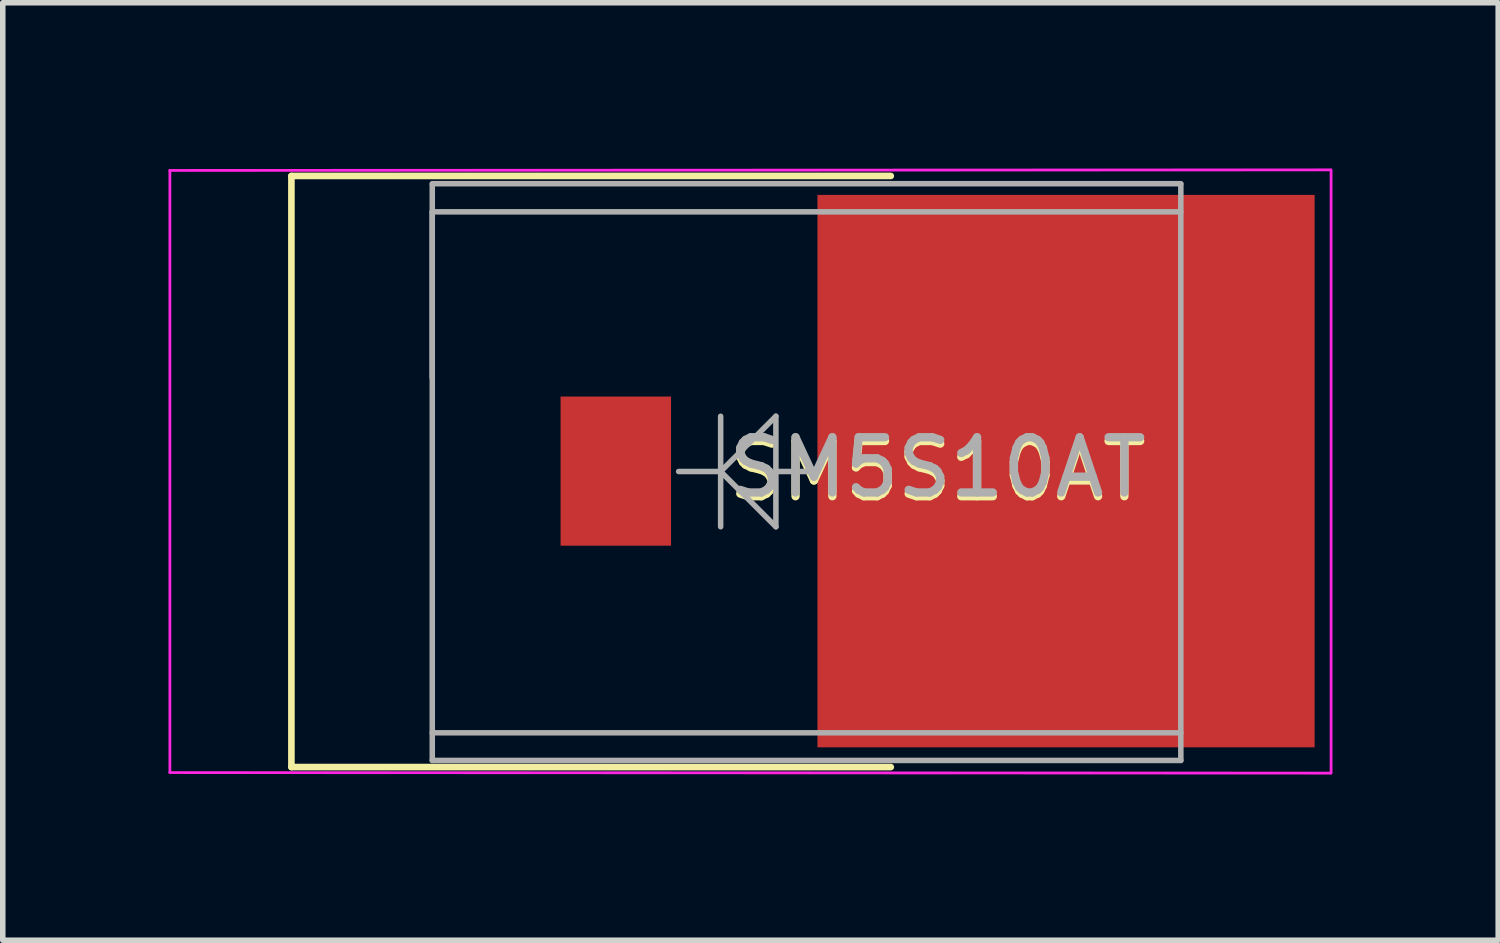
<source format=kicad_pcb>
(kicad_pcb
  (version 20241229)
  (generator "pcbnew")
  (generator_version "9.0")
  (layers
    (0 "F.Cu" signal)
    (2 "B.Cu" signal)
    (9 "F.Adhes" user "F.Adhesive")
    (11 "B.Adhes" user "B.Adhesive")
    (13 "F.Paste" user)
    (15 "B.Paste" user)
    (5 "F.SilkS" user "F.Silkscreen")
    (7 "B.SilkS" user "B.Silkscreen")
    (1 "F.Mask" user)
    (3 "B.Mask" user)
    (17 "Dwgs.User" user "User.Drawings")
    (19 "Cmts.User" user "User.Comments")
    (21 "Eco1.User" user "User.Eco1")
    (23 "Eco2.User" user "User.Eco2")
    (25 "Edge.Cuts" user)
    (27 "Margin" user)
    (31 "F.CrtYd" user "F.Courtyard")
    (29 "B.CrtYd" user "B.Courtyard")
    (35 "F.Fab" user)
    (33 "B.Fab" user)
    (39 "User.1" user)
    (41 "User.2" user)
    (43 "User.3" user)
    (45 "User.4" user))
  (footprint "SM5S10AT"
    (layer "F.Cu")
    (at 9.995 5.485)
    (property "Reference" "SM5S10AT" (at 3.927 -0.007 0) (layer "F.SilkS") (effects (font (size 1 1) (thickness 0.15))))
    (attr smd)
    (fp_line (start -7.77 -5.35) (end -7.77 5.35) (stroke (width 0.12) (type solid)) (layer "F.SilkS"))
    (fp_line (start -7.77 -5.35) (end 3.08 -5.35) (stroke (width 0.12) (type solid)) (layer "F.SilkS"))
    (fp_line (start -7.77 5.35) (end 3.08 5.35) (stroke (width 0.12) (type solid)) (layer "F.SilkS"))
    (fp_line (start -9.97 -5.45) (end 11.04 -5.46) (stroke (width 0.05) (type solid)) (layer "F.CrtYd"))
    (fp_line (start -9.97 5.45) (end -9.97 -5.45) (stroke (width 0.05) (type solid)) (layer "F.CrtYd"))
    (fp_line (start 11.04 5.46) (end -9.97 5.45) (stroke (width 0.05) (type solid)) (layer "F.CrtYd"))
    (fp_line (start 11.05 -5.46) (end 11.05 5.46) (stroke (width 0.05) (type solid)) (layer "F.CrtYd"))
    (fp_line (start -5.221 -1.7) (end -5.221 -4.7) (stroke (width 0.1) (type solid)) (layer "F.Fab"))
    (fp_line (start -5.22 5.23) (end -5.22 -5.2) (stroke (width 0.1) (type solid)) (layer "F.Fab"))
    (fp_line (start 0 -1) (end 0 1) (stroke (width 0.1) (type solid)) (layer "F.Fab"))
    (fp_line (start 0 0) (end -0.76 0) (stroke (width 0.1) (type solid)) (layer "F.Fab"))
    (fp_line (start 0 0) (end 1 -1) (stroke (width 0.1) (type solid)) (layer "F.Fab"))
    (fp_line (start 0 0) (end 1 1) (stroke (width 0.1) (type solid)) (layer "F.Fab"))
    (fp_line (start 1 0) (end 1.66 0) (stroke (width 0.1) (type solid)) (layer "F.Fab"))
    (fp_line (start 1 1) (end 1 -1) (stroke (width 0.1) (type solid)) (layer "F.Fab"))
    (fp_line (start 8.33 -5.21) (end -5.22 -5.21) (stroke (width 0.1) (type solid)) (layer "F.Fab"))
    (fp_line (start 8.33 -5.2) (end 8.33 5.23) (stroke (width 0.1) (type solid)) (layer "F.Fab"))
    (fp_line (start 8.33 -4.7) (end -5.22 -4.7) (stroke (width 0.1) (type solid)) (layer "F.Fab"))
    (fp_line (start 8.33 4.73) (end -5.22 4.73) (stroke (width 0.1) (type solid)) (layer "F.Fab"))
    (fp_line (start 8.33 5.23) (end -5.22 5.23) (stroke (width 0.1) (type solid)) (layer "F.Fab"))
    (fp_text user "${REFERENCE}" (at 3.927 -0.075 0) (layer "F.Fab") (effects (font (size 1 1) (thickness 0.15))))
    (pad "1" smd rect (at -1.898 -0.007) (size 2 2.7) (layers "F.Cu" "F.Mask" "F.Paste"))
    (pad "2" smd rect (at 6.252 -0.007 180) (size 9 10) (layers "F.Cu" "F.Mask" "F.Paste")))
  (gr_rect
    (start -3 -3)
    (end 24.07 13.97)
    (stroke (width 0.1) (type default))
    (fill no)
    (layer "Edge.Cuts")))
</source>
